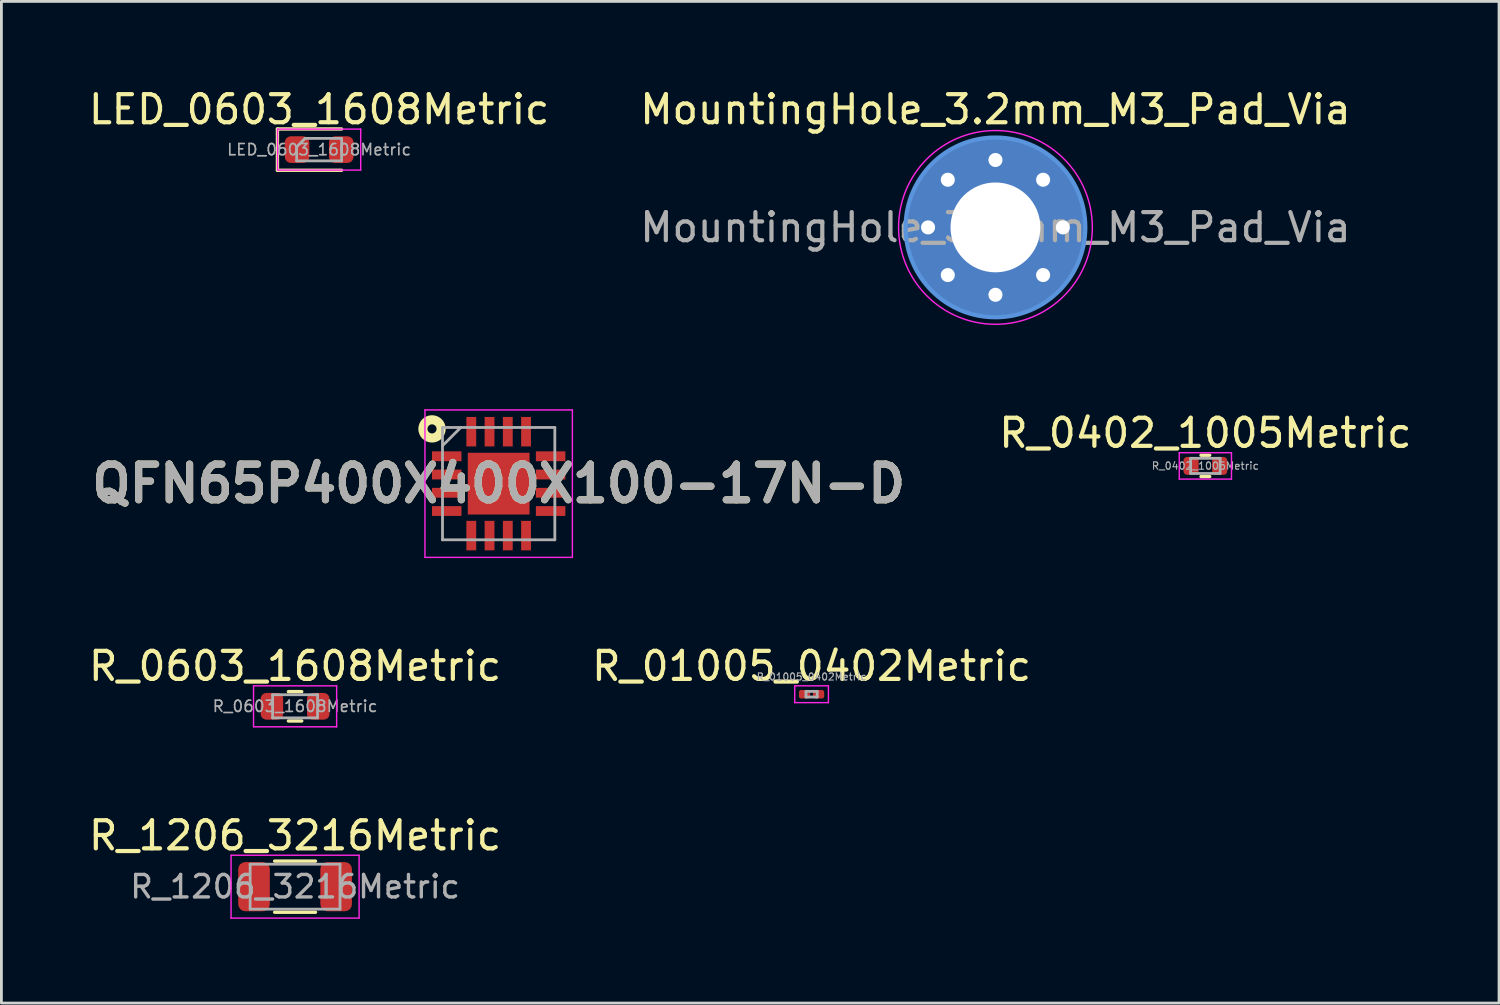
<source format=kicad_pcb>
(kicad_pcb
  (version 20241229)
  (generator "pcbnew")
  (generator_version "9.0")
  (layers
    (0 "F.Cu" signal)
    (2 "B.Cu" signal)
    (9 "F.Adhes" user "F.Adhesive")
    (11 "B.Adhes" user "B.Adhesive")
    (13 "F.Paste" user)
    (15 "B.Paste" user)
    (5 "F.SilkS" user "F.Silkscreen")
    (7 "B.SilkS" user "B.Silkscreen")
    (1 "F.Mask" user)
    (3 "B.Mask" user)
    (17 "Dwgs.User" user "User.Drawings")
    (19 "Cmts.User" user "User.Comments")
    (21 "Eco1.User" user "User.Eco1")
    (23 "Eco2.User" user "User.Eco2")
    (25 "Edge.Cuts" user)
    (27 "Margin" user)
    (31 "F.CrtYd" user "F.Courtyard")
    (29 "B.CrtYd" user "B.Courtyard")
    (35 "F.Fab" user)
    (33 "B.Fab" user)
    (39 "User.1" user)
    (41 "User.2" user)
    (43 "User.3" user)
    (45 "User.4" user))
  (footprint "R_0603_1608Metric"
    (layer "F.Cu")
    (at 7.458 22.102)
    (property "Reference" "R_0603_1608Metric" (at 0 -1.43 0) (layer "F.SilkS") (effects (font (size 1 1) (thickness 0.15))))
    (attr smd)
    (fp_line (start -0.237 -0.522) (end 0.237 -0.522) (stroke (width 0.12) (type solid)) (layer "F.SilkS"))
    (fp_line (start -0.237 0.522) (end 0.237 0.522) (stroke (width 0.12) (type solid)) (layer "F.SilkS"))
    (fp_line (start -1.48 -0.73) (end 1.48 -0.73) (stroke (width 0.05) (type solid)) (layer "F.CrtYd"))
    (fp_line (start -1.48 0.73) (end -1.48 -0.73) (stroke (width 0.05) (type solid)) (layer "F.CrtYd"))
    (fp_line (start 1.48 -0.73) (end 1.48 0.73) (stroke (width 0.05) (type solid)) (layer "F.CrtYd"))
    (fp_line (start 1.48 0.73) (end -1.48 0.73) (stroke (width 0.05) (type solid)) (layer "F.CrtYd"))
    (fp_line (start -0.8 -0.412) (end 0.8 -0.412) (stroke (width 0.1) (type solid)) (layer "F.Fab"))
    (fp_line (start -0.8 0.412) (end -0.8 -0.412) (stroke (width 0.1) (type solid)) (layer "F.Fab"))
    (fp_line (start 0.8 -0.412) (end 0.8 0.412) (stroke (width 0.1) (type solid)) (layer "F.Fab"))
    (fp_line (start 0.8 0.412) (end -0.8 0.412) (stroke (width 0.1) (type solid)) (layer "F.Fab"))
    (fp_text user "${REFERENCE}" (at 0 0 0) (layer "F.Fab") (effects (font (size 0.4 0.4) (thickness 0.06))))
    (pad "1" smd roundrect (at -0.825 0) (size 0.8 0.95) (layers "F.Cu" "F.Mask" "F.Paste") (roundrect_rratio 0.25))
    (pad "2" smd roundrect (at 0.825 0) (size 0.8 0.95) (layers "F.Cu" "F.Mask" "F.Paste") (roundrect_rratio 0.25)))
  (footprint "R_1206_3216Metric"
    (layer "F.Cu")
    (at 7.458 28.525)
    (property "Reference" "R_1206_3216Metric" (at 0 -1.82 0) (layer "F.SilkS") (effects (font (size 1 1) (thickness 0.15))))
    (attr smd)
    (fp_line (start -0.727 -0.91) (end 0.727 -0.91) (stroke (width 0.12) (type solid)) (layer "F.SilkS"))
    (fp_line (start -0.727 0.91) (end 0.727 0.91) (stroke (width 0.12) (type solid)) (layer "F.SilkS"))
    (fp_line (start -2.28 -1.12) (end 2.28 -1.12) (stroke (width 0.05) (type solid)) (layer "F.CrtYd"))
    (fp_line (start -2.28 1.12) (end -2.28 -1.12) (stroke (width 0.05) (type solid)) (layer "F.CrtYd"))
    (fp_line (start 2.28 -1.12) (end 2.28 1.12) (stroke (width 0.05) (type solid)) (layer "F.CrtYd"))
    (fp_line (start 2.28 1.12) (end -2.28 1.12) (stroke (width 0.05) (type solid)) (layer "F.CrtYd"))
    (fp_line (start -1.6 -0.8) (end 1.6 -0.8) (stroke (width 0.1) (type solid)) (layer "F.Fab"))
    (fp_line (start -1.6 0.8) (end -1.6 -0.8) (stroke (width 0.1) (type solid)) (layer "F.Fab"))
    (fp_line (start 1.6 -0.8) (end 1.6 0.8) (stroke (width 0.1) (type solid)) (layer "F.Fab"))
    (fp_line (start 1.6 0.8) (end -1.6 0.8) (stroke (width 0.1) (type solid)) (layer "F.Fab"))
    (fp_text user "${REFERENCE}" (at 0 0 0) (layer "F.Fab") (effects (font (size 0.8 0.8) (thickness 0.12))))
    (pad "1" smd roundrect (at -1.462 0) (size 1.125 1.75) (layers "F.Cu" "F.Mask" "F.Paste") (roundrect_rratio 0.222))
    (pad "2" smd roundrect (at 1.462 0) (size 1.125 1.75) (layers "F.Cu" "F.Mask" "F.Paste") (roundrect_rratio 0.222)))
  (footprint "QFN65P400X400X100-17N-D"
    (layer "F.Cu")
    (at 14.708 14.173)
    (property "Reference" "QFN65P400X400X100-17N-D" (at 0 0 0) (layer "F.SilkS") (effects (font (size 1.27 1.27) (thickness 0.254))))
    (attr smd)
    (fp_circle (center -2.374 -1.95) (end -2.374 -1.788) (stroke (width 0.325) (type solid)) (fill no) (layer "F.SilkS"))
    (fp_line (start -2.625 -2.625) (end 2.625 -2.625) (stroke (width 0.05) (type solid)) (layer "F.CrtYd"))
    (fp_line (start -2.625 2.625) (end -2.625 -2.625) (stroke (width 0.05) (type solid)) (layer "F.CrtYd"))
    (fp_line (start 2.625 -2.625) (end 2.625 2.625) (stroke (width 0.05) (type solid)) (layer "F.CrtYd"))
    (fp_line (start 2.625 2.625) (end -2.625 2.625) (stroke (width 0.05) (type solid)) (layer "F.CrtYd"))
    (fp_line (start -2 -2) (end 2 -2) (stroke (width 0.1) (type solid)) (layer "F.Fab"))
    (fp_line (start -2 -1.35) (end -1.35 -2) (stroke (width 0.1) (type solid)) (layer "F.Fab"))
    (fp_line (start -2 2) (end -2 -2) (stroke (width 0.1) (type solid)) (layer "F.Fab"))
    (fp_line (start 2 -2) (end 2 2) (stroke (width 0.1) (type solid)) (layer "F.Fab"))
    (fp_line (start 2 2) (end -2 2) (stroke (width 0.1) (type solid)) (layer "F.Fab"))
    (fp_text user "${REFERENCE}" (at 0 0 0) (layer "F.Fab") (effects (font (size 1.27 1.27) (thickness 0.254))))
    (pad "1" smd rect (at -1.85 -0.975 90) (size 0.35 1.05) (layers "F.Cu" "F.Mask" "F.Paste"))
    (pad "2" smd rect (at -1.85 -0.325 90) (size 0.35 1.05) (layers "F.Cu" "F.Mask" "F.Paste"))
    (pad "3" smd rect (at -1.85 0.325 90) (size 0.35 1.05) (layers "F.Cu" "F.Mask" "F.Paste"))
    (pad "4" smd rect (at -1.85 0.975 90) (size 0.35 1.05) (layers "F.Cu" "F.Mask" "F.Paste"))
    (pad "5" smd rect (at -0.975 1.85) (size 0.35 1.05) (layers "F.Cu" "F.Mask" "F.Paste"))
    (pad "6" smd rect (at -0.325 1.85) (size 0.35 1.05) (layers "F.Cu" "F.Mask" "F.Paste"))
    (pad "7" smd rect (at 0.325 1.85) (size 0.35 1.05) (layers "F.Cu" "F.Mask" "F.Paste"))
    (pad "8" smd rect (at 0.975 1.85) (size 0.35 1.05) (layers "F.Cu" "F.Mask" "F.Paste"))
    (pad "9" smd rect (at 1.85 0.975 90) (size 0.35 1.05) (layers "F.Cu" "F.Mask" "F.Paste"))
    (pad "10" smd rect (at 1.85 0.325 90) (size 0.35 1.05) (layers "F.Cu" "F.Mask" "F.Paste"))
    (pad "11" smd rect (at 1.85 -0.325 90) (size 0.35 1.05) (layers "F.Cu" "F.Mask" "F.Paste"))
    (pad "12" smd rect (at 1.85 -0.975 90) (size 0.35 1.05) (layers "F.Cu" "F.Mask" "F.Paste"))
    (pad "13" smd rect (at 0.975 -1.85) (size 0.35 1.05) (layers "F.Cu" "F.Mask" "F.Paste"))
    (pad "14" smd rect (at 0.325 -1.85) (size 0.35 1.05) (layers "F.Cu" "F.Mask" "F.Paste"))
    (pad "15" smd rect (at -0.325 -1.85) (size 0.35 1.05) (layers "F.Cu" "F.Mask" "F.Paste"))
    (pad "16" smd rect (at -0.975 -1.85) (size 0.35 1.05) (layers "F.Cu" "F.Mask" "F.Paste"))
    (pad "17" smd rect (at 0 0) (size 2.2 2.2) (layers "F.Cu" "F.Mask" "F.Paste")))
  (footprint "R_01005_0402Metric"
    (layer "F.Cu")
    (at 25.851 21.672)
    (property "Reference" "R_01005_0402Metric" (at 0 -1 0) (layer "F.SilkS") (effects (font (size 1 1) (thickness 0.15))))
    (attr smd)
    (fp_line (start -0.6 -0.3) (end 0.6 -0.3) (stroke (width 0.05) (type solid)) (layer "F.CrtYd"))
    (fp_line (start -0.6 0.3) (end -0.6 -0.3) (stroke (width 0.05) (type solid)) (layer "F.CrtYd"))
    (fp_line (start 0.6 -0.3) (end 0.6 0.3) (stroke (width 0.05) (type solid)) (layer "F.CrtYd"))
    (fp_line (start 0.6 0.3) (end -0.6 0.3) (stroke (width 0.05) (type solid)) (layer "F.CrtYd"))
    (fp_line (start -0.2 -0.1) (end 0.2 -0.1) (stroke (width 0.1) (type solid)) (layer "F.Fab"))
    (fp_line (start -0.2 0.1) (end -0.2 -0.1) (stroke (width 0.1) (type solid)) (layer "F.Fab"))
    (fp_line (start 0.2 -0.1) (end 0.2 0.1) (stroke (width 0.1) (type solid)) (layer "F.Fab"))
    (fp_line (start 0.2 0.1) (end -0.2 0.1) (stroke (width 0.1) (type solid)) (layer "F.Fab"))
    (fp_text user "${REFERENCE}" (at 0 -0.62 0) (layer "F.Fab") (effects (font (size 0.25 0.25) (thickness 0.04))))
    (pad "" smd roundrect (at -0.275 0) (size 0.27 0.27) (layers "F.Paste") (roundrect_rratio 0.25))
    (pad "" smd roundrect (at 0.275 0) (size 0.27 0.27) (layers "F.Paste") (roundrect_rratio 0.25))
    (pad "1" smd roundrect (at -0.25 0) (size 0.4 0.3) (layers "F.Cu" "F.Mask") (roundrect_rratio 0.25))
    (pad "2" smd roundrect (at 0.25 0) (size 0.4 0.3) (layers "F.Cu" "F.Mask") (roundrect_rratio 0.25)))
  (footprint "MountingHole_3.2mm_M3_Pad_Via"
    (layer "F.Cu")
    (at 32.399 5.048)
    (property "Reference" "MountingHole_3.2mm_M3_Pad_Via" (at 0 -4.2 0) (layer "F.SilkS") (effects (font (size 1 1) (thickness 0.15))))
    (attr exclude_from_pos_files)
    (fp_circle (center 0 0) (end 3.2 0) (stroke (width 0.15) (type solid)) (fill no) (layer "Cmts.User"))
    (fp_circle (center 0 0) (end 3.45 0) (stroke (width 0.05) (type solid)) (fill no) (layer "F.CrtYd"))
    (fp_text user "${REFERENCE}" (at 0 0 0) (layer "F.Fab") (effects (font (size 1 1) (thickness 0.15))))
    (pad "1" thru_hole circle (at -2.4 0) (size 0.8 0.8) (drill 0.5) (layers "*.Cu" "*.Mask"))
    (pad "1" thru_hole circle (at -1.697 -1.697) (size 0.8 0.8) (drill 0.5) (layers "*.Cu" "*.Mask"))
    (pad "1" thru_hole circle (at -1.697 1.697) (size 0.8 0.8) (drill 0.5) (layers "*.Cu" "*.Mask"))
    (pad "1" thru_hole circle (at 0 -2.4) (size 0.8 0.8) (drill 0.5) (layers "*.Cu" "*.Mask"))
    (pad "1" thru_hole circle (at 0 0) (size 6.4 6.4) (drill 3.2) (layers "*.Cu" "*.Mask"))
    (pad "1" thru_hole circle (at 0 2.4) (size 0.8 0.8) (drill 0.5) (layers "*.Cu" "*.Mask"))
    (pad "1" thru_hole circle (at 1.697 -1.697) (size 0.8 0.8) (drill 0.5) (layers "*.Cu" "*.Mask"))
    (pad "1" thru_hole circle (at 1.697 1.697) (size 0.8 0.8) (drill 0.5) (layers "*.Cu" "*.Mask"))
    (pad "1" thru_hole circle (at 2.4 0) (size 0.8 0.8) (drill 0.5) (layers "*.Cu" "*.Mask")))
  (footprint "LED_0603_1608Metric"
    (layer "F.Cu")
    (at 8.315 2.278)
    (property "Reference" "LED_0603_1608Metric" (at 0 -1.43 0) (layer "F.SilkS") (effects (font (size 1 1) (thickness 0.15))))
    (attr smd)
    (fp_line (start -1.485 -0.735) (end -1.485 0.735) (stroke (width 0.12) (type solid)) (layer "F.SilkS"))
    (fp_line (start -1.485 0.735) (end 0.8 0.735) (stroke (width 0.12) (type solid)) (layer "F.SilkS"))
    (fp_line (start 0.8 -0.735) (end -1.485 -0.735) (stroke (width 0.12) (type solid)) (layer "F.SilkS"))
    (fp_line (start -1.48 -0.73) (end 1.48 -0.73) (stroke (width 0.05) (type solid)) (layer "F.CrtYd"))
    (fp_line (start -1.48 0.73) (end -1.48 -0.73) (stroke (width 0.05) (type solid)) (layer "F.CrtYd"))
    (fp_line (start 1.48 -0.73) (end 1.48 0.73) (stroke (width 0.05) (type solid)) (layer "F.CrtYd"))
    (fp_line (start 1.48 0.73) (end -1.48 0.73) (stroke (width 0.05) (type solid)) (layer "F.CrtYd"))
    (fp_line (start -0.8 -0.1) (end -0.8 0.4) (stroke (width 0.1) (type solid)) (layer "F.Fab"))
    (fp_line (start -0.8 0.4) (end 0.8 0.4) (stroke (width 0.1) (type solid)) (layer "F.Fab"))
    (fp_line (start -0.5 -0.4) (end -0.8 -0.1) (stroke (width 0.1) (type solid)) (layer "F.Fab"))
    (fp_line (start 0.8 -0.4) (end -0.5 -0.4) (stroke (width 0.1) (type solid)) (layer "F.Fab"))
    (fp_line (start 0.8 0.4) (end 0.8 -0.4) (stroke (width 0.1) (type solid)) (layer "F.Fab"))
    (fp_text user "${REFERENCE}" (at 0 0 0) (layer "F.Fab") (effects (font (size 0.4 0.4) (thickness 0.06))))
    (pad "1" smd roundrect (at -0.787 0) (size 0.875 0.95) (layers "F.Cu" "F.Mask" "F.Paste") (roundrect_rratio 0.25))
    (pad "2" smd roundrect (at 0.787 0) (size 0.875 0.95) (layers "F.Cu" "F.Mask" "F.Paste") (roundrect_rratio 0.25)))
  (footprint "R_0402_1005Metric"
    (layer "F.Cu")
    (at 39.874 13.541)
    (property "Reference" "R_0402_1005Metric" (at 0 -1.17 0) (layer "F.SilkS") (effects (font (size 1 1) (thickness 0.15))))
    (attr smd)
    (fp_line (start -0.154 -0.38) (end 0.154 -0.38) (stroke (width 0.12) (type solid)) (layer "F.SilkS"))
    (fp_line (start -0.154 0.38) (end 0.154 0.38) (stroke (width 0.12) (type solid)) (layer "F.SilkS"))
    (fp_line (start -0.93 -0.47) (end 0.93 -0.47) (stroke (width 0.05) (type solid)) (layer "F.CrtYd"))
    (fp_line (start -0.93 0.47) (end -0.93 -0.47) (stroke (width 0.05) (type solid)) (layer "F.CrtYd"))
    (fp_line (start 0.93 -0.47) (end 0.93 0.47) (stroke (width 0.05) (type solid)) (layer "F.CrtYd"))
    (fp_line (start 0.93 0.47) (end -0.93 0.47) (stroke (width 0.05) (type solid)) (layer "F.CrtYd"))
    (fp_line (start -0.525 -0.27) (end 0.525 -0.27) (stroke (width 0.1) (type solid)) (layer "F.Fab"))
    (fp_line (start -0.525 0.27) (end -0.525 -0.27) (stroke (width 0.1) (type solid)) (layer "F.Fab"))
    (fp_line (start 0.525 -0.27) (end 0.525 0.27) (stroke (width 0.1) (type solid)) (layer "F.Fab"))
    (fp_line (start 0.525 0.27) (end -0.525 0.27) (stroke (width 0.1) (type solid)) (layer "F.Fab"))
    (fp_text user "${REFERENCE}" (at 0 0 0) (layer "F.Fab") (effects (font (size 0.26 0.26) (thickness 0.04))))
    (pad "1" smd roundrect (at -0.51 0) (size 0.54 0.64) (layers "F.Cu" "F.Mask" "F.Paste") (roundrect_rratio 0.25))
    (pad "2" smd roundrect (at 0.51 0) (size 0.54 0.64) (layers "F.Cu" "F.Mask" "F.Paste") (roundrect_rratio 0.25)))
  (gr_rect
    (start -3 -3)
    (end 50.332 32.67)
    (stroke (width 0.1) (type default))
    (fill no)
    (layer "Edge.Cuts")))
</source>
